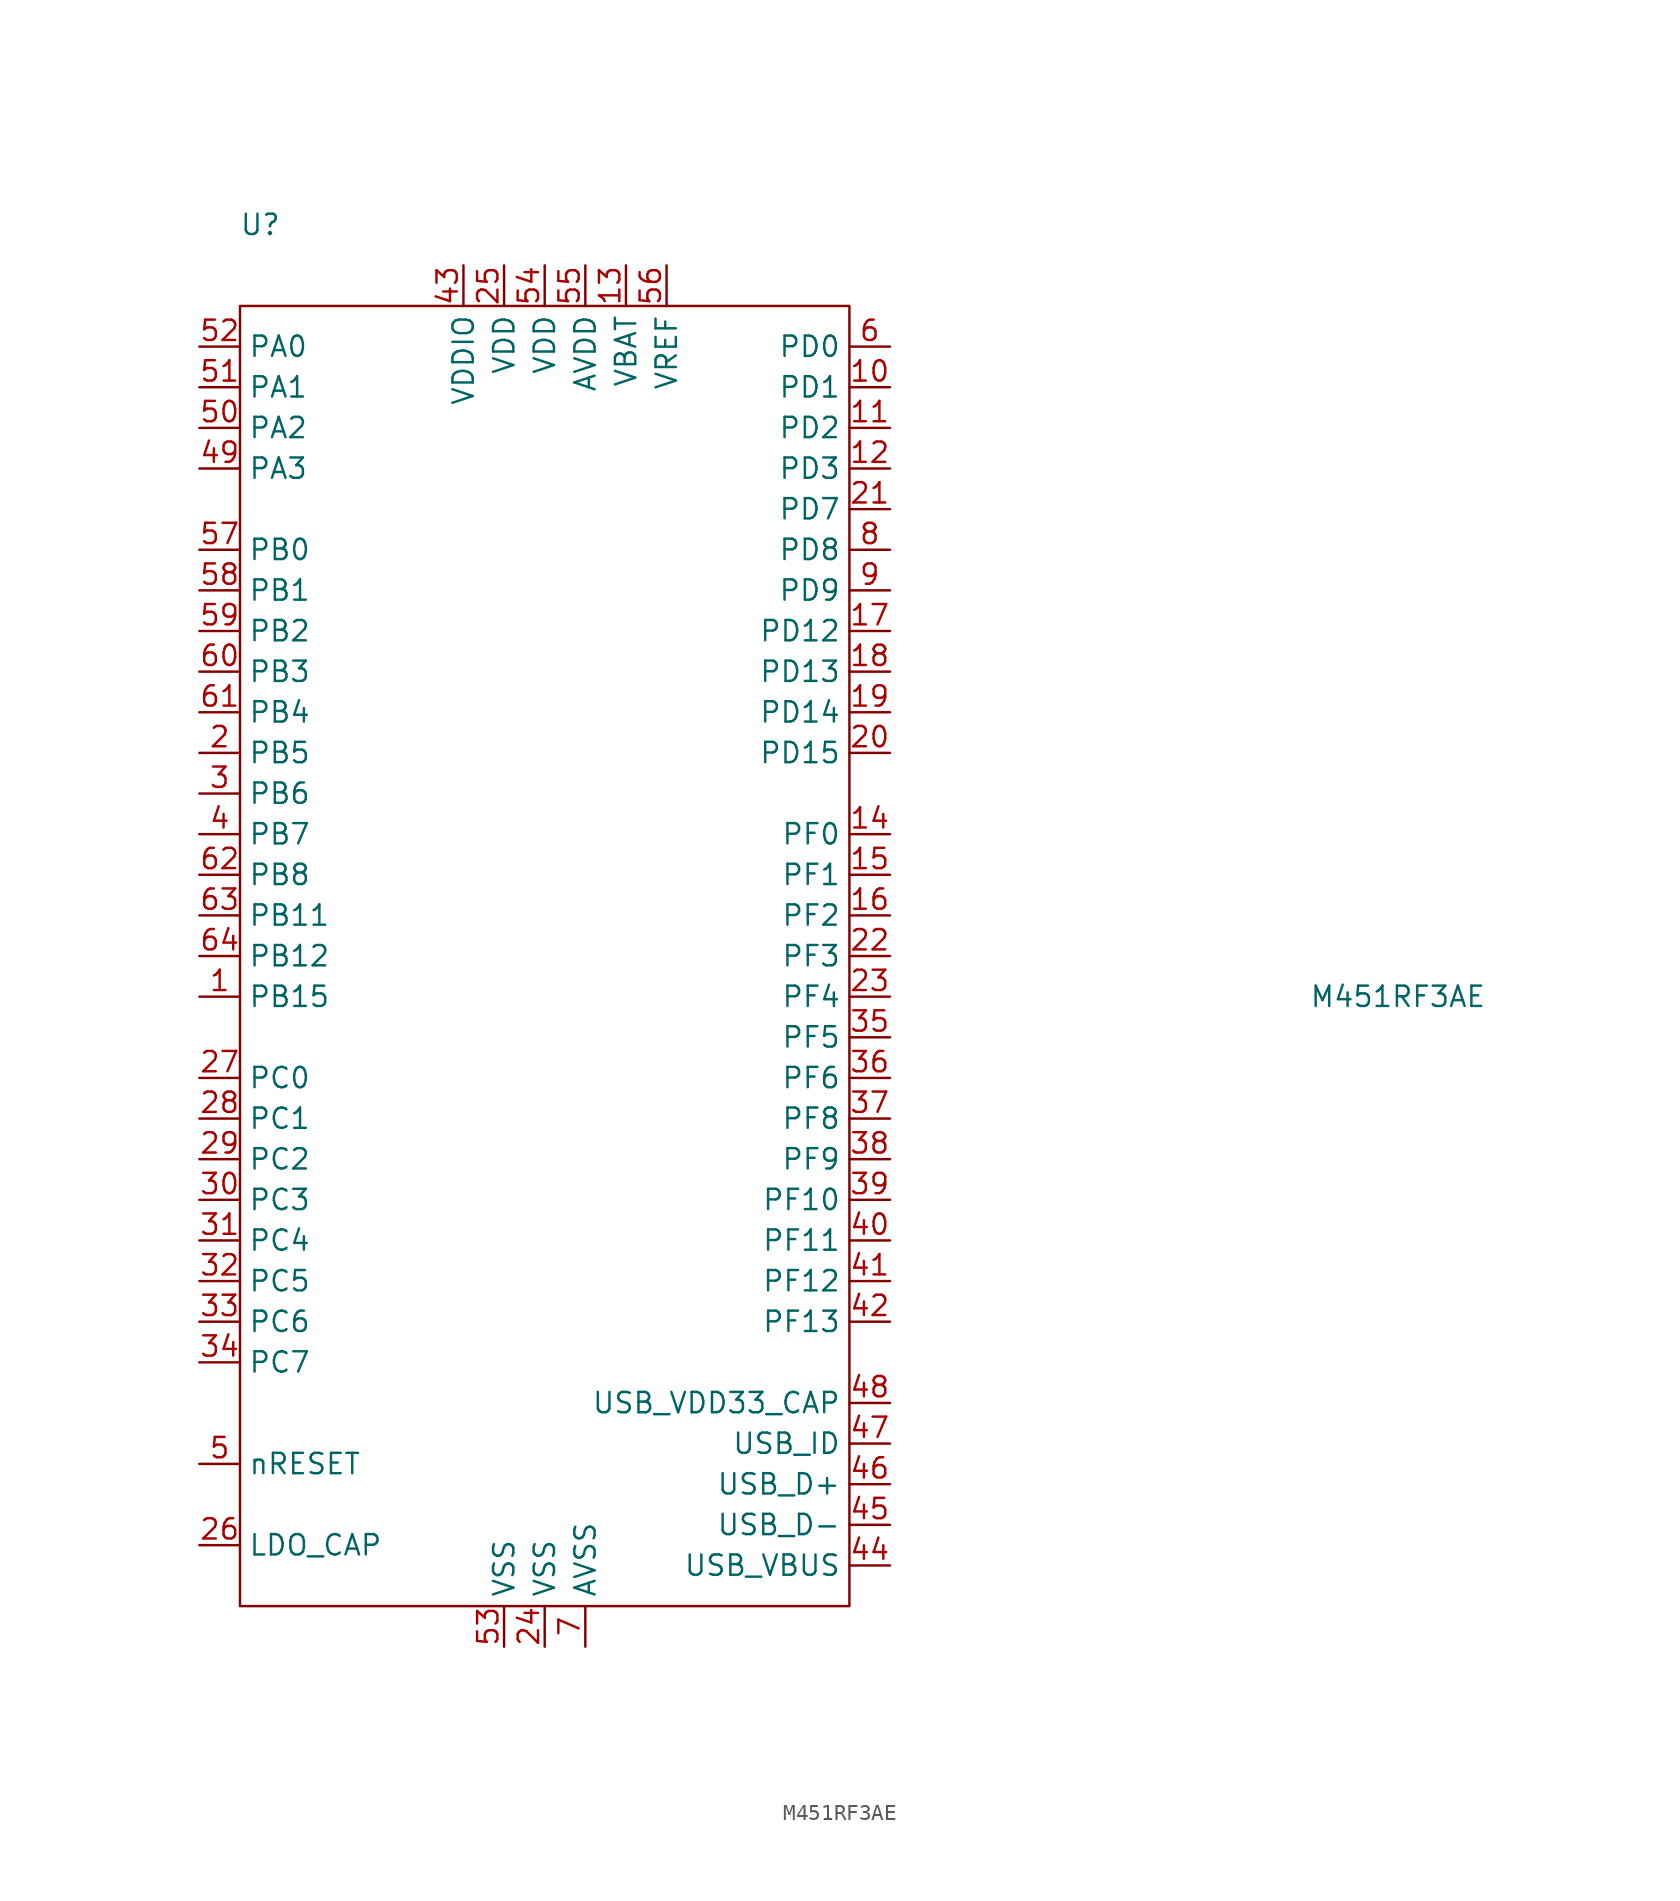
<source format=kicad_sym>
(kicad_symbol_lib
  (version 20220914)
  (generator kicad_symbol_editor)
  (symbol "M451RF3AE"
    (property "Reference" "U"
      (at -17.78 45.72 0)
      (effects (font (size 1.27 1.27))))
    (property "Value" "M451RF3AE"
      (at 53.34 -2.54 0)
      (effects (font (size 1.27 1.27))))
    (symbol "M451RF3AE_0_0"
      (pin bidirectional line (at 21.59 35.56 180) (length 2.54) (name "PD1" (effects (font (size 1.27 1.27)))) (number "10" (effects (font (size 1.27 1.27)))) (alternate "ACMP1_P2" bidirectional line) (alternate "EADC_CH11" bidirectional line) (alternate "EBI_nRD" bidirectional line) (alternate "PWM0_SYNC_IN" bidirectional line) (alternate "T0" bidirectional line) (alternate "UART0_TXD" bidirectional line))
      (pin bidirectional line (at 21.59 33.02 180) (length 2.54) (name "PD2" (effects (font (size 1.27 1.27)))) (number "11" (effects (font (size 1.27 1.27)))) (alternate "ACMP1_P1" bidirectional line) (alternate "EBI_nWR" bidirectional line) (alternate "INT0" bidirectional line) (alternate "PWM0_BRAKE0" bidirectional line) (alternate "STADC" bidirectional line) (alternate "T0_EXT" bidirectional line))
      (pin bidirectional line (at 21.59 30.48 180) (length 2.54) (name "PD3" (effects (font (size 1.27 1.27)))) (number "12" (effects (font (size 1.27 1.27)))) (alternate "ACMP1_P0" bidirectional line) (alternate "EBI_MCLK" bidirectional line) (alternate "INT1" bidirectional line) (alternate "PWM0_BRAKE1" bidirectional line) (alternate "T1_EXT" bidirectional line) (alternate "T2" bidirectional line))
      (pin power_in line (at 5.08 43.18 270) (length 2.54) (name "VBAT" (effects (font (size 1.27 1.27)))) (number "13" (effects (font (size 1.27 1.27)))))
      (pin bidirectional line (at 21.59 7.62 180) (length 2.54) (name "PF0" (effects (font (size 1.27 1.27)))) (number "14" (effects (font (size 1.27 1.27)))) (alternate "INT5" bidirectional line) (alternate "X32_OUT" bidirectional line))
      (pin bidirectional line (at 21.59 5.08 180) (length 2.54) (name "PF1" (effects (font (size 1.27 1.27)))) (number "15" (effects (font (size 1.27 1.27)))) (alternate "X32_IN" bidirectional line))
      (pin bidirectional line (at 21.59 2.54 180) (length 2.54) (name "PF2" (effects (font (size 1.27 1.27)))) (number "16" (effects (font (size 1.27 1.27)))) (alternate "TAMPER" bidirectional line))
      (pin bidirectional line (at 21.59 20.32 180) (length 2.54) (name "PD12" (effects (font (size 1.27 1.27)))) (number "17" (effects (font (size 1.27 1.27)))) (alternate "EBI_ADR16" bidirectional line) (alternate "PWM1_CH0" bidirectional line) (alternate "SPI2_SS" bidirectional line) (alternate "UART3_TXD" bidirectional line))
      (pin bidirectional line (at 21.59 17.78 180) (length 2.54) (name "PD13" (effects (font (size 1.27 1.27)))) (number "18" (effects (font (size 1.27 1.27)))) (alternate "EBI_ADR17" bidirectional line) (alternate "PWM1_CH1" bidirectional line) (alternate "SPI2_MOSI" bidirectional line) (alternate "UART3_RXD" bidirectional line))
      (pin bidirectional line (at 21.59 15.24 180) (length 2.54) (name "PD14" (effects (font (size 1.27 1.27)))) (number "19" (effects (font (size 1.27 1.27)))) (alternate "EBI_ADR18" bidirectional line) (alternate "PWM1_CH2" bidirectional line) (alternate "SPI2_MISO" bidirectional line) (alternate "UART3_nCTS" bidirectional line))
      (pin bidirectional line (at -21.59 12.7 0) (length 2.54) (name "PB5" (effects (font (size 1.27 1.27)))) (number "2" (effects (font (size 1.27 1.27)))) (alternate "ACMP0_P2" bidirectional line) (alternate "EADC_CH13" bidirectional line) (alternate "EBI_AD6" bidirectional line) (alternate "SPI0_MOSI0" bidirectional line) (alternate "SPI1_MOSI" bidirectional line) (alternate "UART2_RXD" bidirectional line))
      (pin bidirectional line (at 21.59 12.7 180) (length 2.54) (name "PD15" (effects (font (size 1.27 1.27)))) (number "20" (effects (font (size 1.27 1.27)))) (alternate "EBI_ADR19" bidirectional line) (alternate "PWM1_CH3" bidirectional line) (alternate "SPI2_CLK" bidirectional line) (alternate "UART3_nRTS" bidirectional line))
      (pin bidirectional line (at 21.59 27.94 180) (length 2.54) (name "PD7" (effects (font (size 1.27 1.27)))) (number "21" (effects (font (size 1.27 1.27)))) (alternate "ACMP0_O" bidirectional line) (alternate "EBI_nRD" bidirectional line) (alternate "I2C1_SCL" bidirectional line) (alternate "PWM0_CH5" bidirectional line) (alternate "PWM0_SYNC_IN" bidirectional line) (alternate "T1" bidirectional line) (alternate "XT1_OUT" bidirectional line))
      (pin bidirectional line (at 21.59 0 180) (length 2.54) (name "PF3" (effects (font (size 1.27 1.27)))) (number "22" (effects (font (size 1.27 1.27)))))
      (pin bidirectional line (at 21.59 -2.54 180) (length 2.54) (name "PF4" (effects (font (size 1.27 1.27)))) (number "23" (effects (font (size 1.27 1.27)))) (alternate "I2C1_SDA" bidirectional line) (alternate "XT1_IN" bidirectional line))
      (pin power_in line (at 0 -43.18 90) (length 2.54) (name "VSS" (effects (font (size 1.27 1.27)))) (number "24" (effects (font (size 1.27 1.27)))))
      (pin power_in line (at -2.54 43.18 270) (length 2.54) (name "VDD" (effects (font (size 1.27 1.27)))) (number "25" (effects (font (size 1.27 1.27)))))
      (pin bidirectional line (at -21.59 -36.83 0) (length 2.54) (name "LDO_CAP" (effects (font (size 1.27 1.27)))) (number "26" (effects (font (size 1.27 1.27)))))
      (pin bidirectional line (at -21.59 -7.62 0) (length 2.54) (name "PC0" (effects (font (size 1.27 1.27)))) (number "27" (effects (font (size 1.27 1.27)))) (alternate "EBI_AD8" bidirectional line) (alternate "INT2" bidirectional line) (alternate "PWM0_CH0" bidirectional line) (alternate "SPI2_CLK" bidirectional line) (alternate "T3_EXT" bidirectional line) (alternate "UART2_nCTS" bidirectional line) (alternate "UART3_TXD" bidirectional line))
      (pin bidirectional line (at -21.59 -10.16 0) (length 2.54) (name "PC1" (effects (font (size 1.27 1.27)))) (number "28" (effects (font (size 1.27 1.27)))) (alternate "CLKO" bidirectional line) (alternate "EBI_AD9" bidirectional line) (alternate "PWM0_CH1" bidirectional line) (alternate "STDAC" bidirectional line) (alternate "UART2_nRTS" bidirectional line) (alternate "UART3_RXD" bidirectional line))
      (pin bidirectional line (at -21.59 -12.7 0) (length 2.54) (name "PC2" (effects (font (size 1.27 1.27)))) (number "29" (effects (font (size 1.27 1.27)))) (alternate "ACMP1_O" bidirectional line) (alternate "EBI_AD10" bidirectional line) (alternate "PWM0_CH2" bidirectional line) (alternate "SPI2_SS" bidirectional line) (alternate "UART2_TXD" bidirectional line))
      (pin bidirectional line (at -21.59 10.16 0) (length 2.54) (name "PB6" (effects (font (size 1.27 1.27)))) (number "3" (effects (font (size 1.27 1.27)))) (alternate "ACMP0_P1" bidirectional line) (alternate "EADC_CH14" bidirectional line) (alternate "EBI_AD5" bidirectional line) (alternate "SPI0_MISO0" bidirectional line) (alternate "SPI1_MISO" bidirectional line))
      (pin bidirectional line (at -21.59 -15.24 0) (length 2.54) (name "PC3" (effects (font (size 1.27 1.27)))) (number "30" (effects (font (size 1.27 1.27)))) (alternate "EBI_AD11" bidirectional line) (alternate "PWM0_CH3" bidirectional line) (alternate "SPI2_MOSI" bidirectional line) (alternate "UART2_RXD" bidirectional line))
      (pin bidirectional line (at -21.59 -17.78 0) (length 2.54) (name "PC4" (effects (font (size 1.27 1.27)))) (number "31" (effects (font (size 1.27 1.27)))) (alternate "EBI_AD12" bidirectional line) (alternate "I2C1_SCL" bidirectional line) (alternate "PWM0_CH4" bidirectional line) (alternate "SPI2_MISO" bidirectional line))
      (pin bidirectional line (at -21.59 -20.32 0) (length 2.54) (name "PC5" (effects (font (size 1.27 1.27)))) (number "32" (effects (font (size 1.27 1.27)))) (alternate "EBI_nCS1" bidirectional line) (alternate "I2C1_SDA" bidirectional line) (alternate "INT4" bidirectional line) (alternate "PWM0_CH0" bidirectional line) (alternate "SC0_CD" bidirectional line) (alternate "SPI2_CLK" bidirectional line) (alternate "T2_EXT" bidirectional line))
      (pin bidirectional line (at -21.59 -22.86 0) (length 2.54) (name "PC6" (effects (font (size 1.27 1.27)))) (number "33" (effects (font (size 1.27 1.27)))) (alternate "EBI_AD13" bidirectional line) (alternate "PWM0_CH5" bidirectional line) (alternate "SPI2_I2SMCLK" bidirectional line))
      (pin bidirectional line (at -21.59 -25.4 0) (length 2.54) (name "PC7" (effects (font (size 1.27 1.27)))) (number "34" (effects (font (size 1.27 1.27)))) (alternate "ACMP1_O" bidirectional line) (alternate "EBI_AD14" bidirectional line) (alternate "I2C1_SMBAL" bidirectional line) (alternate "PWM1_CH0" bidirectional line) (alternate "UART0_TXD" bidirectional line))
      (pin bidirectional line (at 21.59 -5.08 180) (length 2.54) (name "PF5" (effects (font (size 1.27 1.27)))) (number "35" (effects (font (size 1.27 1.27)))) (alternate "EBI_AD15" bidirectional line) (alternate "I2C1_SMBSUS" bidirectional line) (alternate "PWM1_CH1" bidirectional line) (alternate "UART0_RXD" bidirectional line))
      (pin bidirectional line (at 21.59 -7.62 180) (length 2.54) (name "PF6" (effects (font (size 1.27 1.27)))) (number "36" (effects (font (size 1.27 1.27)))) (alternate "ICE_CLK" bidirectional line))
      (pin bidirectional line (at 21.59 -10.16 180) (length 2.54) (name "PF8" (effects (font (size 1.27 1.27)))) (number "37" (effects (font (size 1.27 1.27)))) (alternate "ICE_DAT" bidirectional line))
      (pin bidirectional line (at 21.59 -12.7 180) (length 2.54) (name "PF9" (effects (font (size 1.27 1.27)))) (number "38" (effects (font (size 1.27 1.27)))) (alternate "EBI_AD7" bidirectional line) (alternate "SPI1_CLK" bidirectional line) (alternate "T0_EXT" bidirectional line))
      (pin bidirectional line (at 21.59 -15.24 180) (length 2.54) (name "PF10" (effects (font (size 1.27 1.27)))) (number "39" (effects (font (size 1.27 1.27)))) (alternate "EBI_AD6" bidirectional line) (alternate "SPI1_MISO" bidirectional line) (alternate "T1_EXT" bidirectional line))
      (pin bidirectional line (at -21.59 7.62 0) (length 2.54) (name "PB7" (effects (font (size 1.27 1.27)))) (number "4" (effects (font (size 1.27 1.27)))) (alternate "ACMP0_P0" bidirectional line) (alternate "EADC_CH15" bidirectional line) (alternate "EBI_AD4" bidirectional line) (alternate "SPI0_CLK" bidirectional line) (alternate "SPI1_CLK" bidirectional line) (alternate "STADC" bidirectional line))
      (pin bidirectional line (at 21.59 -17.78 180) (length 2.54) (name "PF11" (effects (font (size 1.27 1.27)))) (number "40" (effects (font (size 1.27 1.27)))) (alternate "EBI_AD5" bidirectional line) (alternate "SPI1_MOSI" bidirectional line) (alternate "T2_EXT" bidirectional line))
      (pin bidirectional line (at 21.59 -20.32 180) (length 2.54) (name "PF12" (effects (font (size 1.27 1.27)))) (number "41" (effects (font (size 1.27 1.27)))) (alternate "EBI_AD4" bidirectional line) (alternate "SPI1_SS" bidirectional line))
      (pin bidirectional line (at 21.59 -22.86 180) (length 2.54) (name "PF13" (effects (font (size 1.27 1.27)))) (number "42" (effects (font (size 1.27 1.27)))) (alternate "CLKO" bidirectional line) (alternate "I2C1_SCL" bidirectional line) (alternate "PWM0_BRAKE0" bidirectional line) (alternate "SC0_PWR" bidirectional line) (alternate "SPI0_MISO1" bidirectional line) (alternate "T1" bidirectional line) (alternate "UART1_TXD" bidirectional line))
      (pin power_in line (at -5.08 43.18 270) (length 2.54) (name "VDDIO" (effects (font (size 1.27 1.27)))) (number "43" (effects (font (size 1.27 1.27)))) (alternate "I2C1_SDA" bidirectional line) (alternate "PWM1_BRAKE1" bidirectional line) (alternate "SC0_RST" bidirectional line) (alternate "SPI0_MOSI1" bidirectional line) (alternate "SPI1_I2SMCLK" bidirectional line) (alternate "T2" bidirectional line) (alternate "UART1_RXD" bidirectional line))
      (pin power_in line (at 21.59 -38.1 180) (length 2.54) (name "USB_VBUS" (effects (font (size 1.27 1.27)))) (number "44" (effects (font (size 1.27 1.27)))) (alternate "I2C0_SMBAL" bidirectional line) (alternate "I2C1_SCL" bidirectional line) (alternate "SC0_DAT" bidirectional line) (alternate "SPI0_MISO0" bidirectional line) (alternate "SPI1_MISO" bidirectional line) (alternate "UART1_nCTS" bidirectional line) (alternate "UART3_TXD" bidirectional line))
      (pin bidirectional line (at 21.59 -35.56 180) (length 2.54) (name "USB_D-" (effects (font (size 1.27 1.27)))) (number "45" (effects (font (size 1.27 1.27)))) (alternate "I2C0_SMBSUS" bidirectional line) (alternate "I2C1_SDA" bidirectional line) (alternate "SC0_CLK" bidirectional line) (alternate "SPI0_MOSI0" bidirectional line) (alternate "SPI1_MOSI" bidirectional line) (alternate "UART1_nRTS" bidirectional line) (alternate "UART3_RXD" bidirectional line))
      (pin bidirectional line (at 21.59 -33.02 180) (length 2.54) (name "USB_D+" (effects (font (size 1.27 1.27)))) (number "46" (effects (font (size 1.27 1.27)))) (alternate "I2C0_SCL" bidirectional line) (alternate "SPI0_SS" bidirectional line) (alternate "SPI1_SS" bidirectional line) (alternate "UART1_TXD" bidirectional line))
      (pin bidirectional line (at 21.59 -30.48 180) (length 2.54) (name "USB_ID" (effects (font (size 1.27 1.27)))) (number "47" (effects (font (size 1.27 1.27)))) (alternate "I2C0_SDA" bidirectional line) (alternate "SPI0_CLK" bidirectional line) (alternate "SPI1_CLK" bidirectional line) (alternate "UART1_RXD" bidirectional line))
      (pin power_in line (at 21.59 -27.94 180) (length 2.54) (name "USB_VDD33_CAP" (effects (font (size 1.27 1.27)))) (number "48" (effects (font (size 1.27 1.27)))))
      (pin bidirectional line (at -21.59 30.48 0) (length 2.54) (name "PA3" (effects (font (size 1.27 1.27)))) (number "49" (effects (font (size 1.27 1.27)))) (alternate "EBI_AD3" bidirectional line) (alternate "I2C0_SCL" bidirectional line) (alternate "PWM1_CH2" bidirectional line) (alternate "SC0_PWR" bidirectional line) (alternate "UART0_RXD" bidirectional line) (alternate "UART0_nRTS" bidirectional line))
      (pin bidirectional line (at -21.59 -31.75 0) (length 2.54) (name "nRESET" (effects (font (size 1.27 1.27)))) (number "5" (effects (font (size 1.27 1.27)))))
      (pin bidirectional line (at -21.59 33.02 0) (length 2.54) (name "PA2" (effects (font (size 1.27 1.27)))) (number "50" (effects (font (size 1.27 1.27)))) (alternate "EBI_AD2" bidirectional line) (alternate "I2C0_SDA" bidirectional line) (alternate "PWM1_CH3" bidirectional line) (alternate "SC0_RST" bidirectional line) (alternate "UART0_TXD" bidirectional line) (alternate "UART0_nCTS" bidirectional line))
      (pin bidirectional line (at -21.59 35.56 0) (length 2.54) (name "PA1" (effects (font (size 1.27 1.27)))) (number "51" (effects (font (size 1.27 1.27)))) (alternate "EBI_AD1" bidirectional line) (alternate "PWM1_CH4" bidirectional line) (alternate "SC0_DAT" bidirectional line) (alternate "STADC" bidirectional line) (alternate "UART1_RXD" bidirectional line) (alternate "UART1_nRTS" bidirectional line))
      (pin bidirectional line (at -21.59 38.1 0) (length 2.54) (name "PA0" (effects (font (size 1.27 1.27)))) (number "52" (effects (font (size 1.27 1.27)))) (alternate "EBI_AD0" bidirectional line) (alternate "INT0" bidirectional line) (alternate "PWM1_CH5" bidirectional line) (alternate "SC0_CLK" bidirectional line) (alternate "SPI1_I2SMCLK" bidirectional line) (alternate "UART1_TXD" bidirectional line) (alternate "UART1_nCTS" bidirectional line))
      (pin power_in line (at -2.54 -43.18 90) (length 2.54) (name "VSS" (effects (font (size 1.27 1.27)))) (number "53" (effects (font (size 1.27 1.27)))))
      (pin power_in line (at 0 43.18 270) (length 2.54) (name "VDD" (effects (font (size 1.27 1.27)))) (number "54" (effects (font (size 1.27 1.27)))))
      (pin power_in line (at 2.54 43.18 270) (length 2.54) (name "AVDD" (effects (font (size 1.27 1.27)))) (number "55" (effects (font (size 1.27 1.27)))))
      (pin power_in line (at 7.62 43.18 270) (length 2.54) (name "VREF" (effects (font (size 1.27 1.27)))) (number "56" (effects (font (size 1.27 1.27)))))
      (pin bidirectional line (at -21.59 25.4 0) (length 2.54) (name "PB0" (effects (font (size 1.27 1.27)))) (number "57" (effects (font (size 1.27 1.27)))) (alternate "DAC" bidirectional line) (alternate "EADC_CH0" bidirectional line) (alternate "EBI_nWRL" bidirectional line) (alternate "INT1" bidirectional line) (alternate "SPI0_MOSI1" bidirectional line) (alternate "T2" bidirectional line) (alternate "UART2_RXD" bidirectional line))
      (pin bidirectional line (at -21.59 22.86 0) (length 2.54) (name "PB1" (effects (font (size 1.27 1.27)))) (number "58" (effects (font (size 1.27 1.27)))) (alternate "EADC_CH1" bidirectional line) (alternate "EBI_nWRH" bidirectional line) (alternate "PWM0_SYNC_OUT" bidirectional line) (alternate "SC0_RST" bidirectional line) (alternate "SPI0_MISO1" bidirectional line) (alternate "T3" bidirectional line) (alternate "UART2_TXD" bidirectional line))
      (pin bidirectional line (at -21.59 20.32 0) (length 2.54) (name "PB2" (effects (font (size 1.27 1.27)))) (number "59" (effects (font (size 1.27 1.27)))) (alternate "EADC_CH2" bidirectional line) (alternate "SC0_CD" bidirectional line) (alternate "SPI0_CLK" bidirectional line) (alternate "SPI1_CLK" bidirectional line) (alternate "T2_EXT" bidirectional line) (alternate "UART1_RXD" bidirectional line) (alternate "UART3_RXD" bidirectional line))
      (pin bidirectional line (at 21.59 38.1 180) (length 2.54) (name "PD0" (effects (font (size 1.27 1.27)))) (number "6" (effects (font (size 1.27 1.27)))) (alternate "ACMP1_N" bidirectional line) (alternate "EADC_CH6" bidirectional line) (alternate "INT3" bidirectional line) (alternate "SPI1_I2SMCLK" bidirectional line) (alternate "UART0_RXD" bidirectional line))
      (pin bidirectional line (at -21.59 17.78 0) (length 2.54) (name "PB3" (effects (font (size 1.27 1.27)))) (number "60" (effects (font (size 1.27 1.27)))) (alternate "EADC_CH3" bidirectional line) (alternate "SPI0_MISO0" bidirectional line) (alternate "SPI1_MISO" bidirectional line) (alternate "T0_EXT" bidirectional line) (alternate "UART1_TXD" bidirectional line) (alternate "UART3_TXD" bidirectional line))
      (pin bidirectional line (at -21.59 15.24 0) (length 2.54) (name "PB4" (effects (font (size 1.27 1.27)))) (number "61" (effects (font (size 1.27 1.27)))) (alternate "ACMP0_N" bidirectional line) (alternate "EADC_CH4" bidirectional line) (alternate "EBI_AD7" bidirectional line) (alternate "SPI0_SS" bidirectional line) (alternate "SPI1_SS" bidirectional line) (alternate "T1_EXT" bidirectional line) (alternate "UART1_nCTS" bidirectional line) (alternate "UART2_TXD" bidirectional line))
      (pin bidirectional line (at -21.59 5.08 0) (length 2.54) (name "PB8" (effects (font (size 1.27 1.27)))) (number "62" (effects (font (size 1.27 1.27)))) (alternate "EADC_CH5" bidirectional line) (alternate "PWM0_CH2" bidirectional line) (alternate "UART1_nRTS" bidirectional line))
      (pin bidirectional line (at -21.59 2.54 0) (length 2.54) (name "PB11" (effects (font (size 1.27 1.27)))) (number "63" (effects (font (size 1.27 1.27)))) (alternate "EADC_CH8" bidirectional line))
      (pin bidirectional line (at -21.59 0 0) (length 2.54) (name "PB12" (effects (font (size 1.27 1.27)))) (number "64" (effects (font (size 1.27 1.27)))) (alternate "EADC_CH9" bidirectional line))
      (pin power_out line (at 2.54 -43.18 90) (length 2.54) (name "AVSS" (effects (font (size 1.27 1.27)))) (number "7" (effects (font (size 1.27 1.27)))))
      (pin bidirectional line (at 21.59 25.4 180) (length 2.54) (name "PD8" (effects (font (size 1.27 1.27)))) (number "8" (effects (font (size 1.27 1.27)))) (alternate "EADC_CH7" bidirectional line) (alternate "EBI_nCS0" bidirectional line))
      (pin bidirectional line (at 21.59 22.86 180) (length 2.54) (name "PD9" (effects (font (size 1.27 1.27)))) (number "9" (effects (font (size 1.27 1.27)))) (alternate "ACMP1_P3" bidirectional line) (alternate "EADC_CH10" bidirectional line) (alternate "EBI_ALE" bidirectional line)))
    (symbol "M451RF3AE_0_1"
      (rectangle (start -19.05 40.64) (end 19.05 -40.64) (stroke (width 0) (type default)) (fill (type none))))
    (symbol "M451RF3AE_1_0"
      (pin bidirectional line (at -21.59 -2.54 0) (length 2.54) (name "PB15" (effects (font (size 1.27 1.27)))) (number "1" (effects (font (size 1.27 1.27)))) (alternate "ACMP0_P3" bidirectional line) (alternate "EADC_CH12" bidirectional line) (alternate "EBI_nCS1" bidirectional line)))))
</source>
